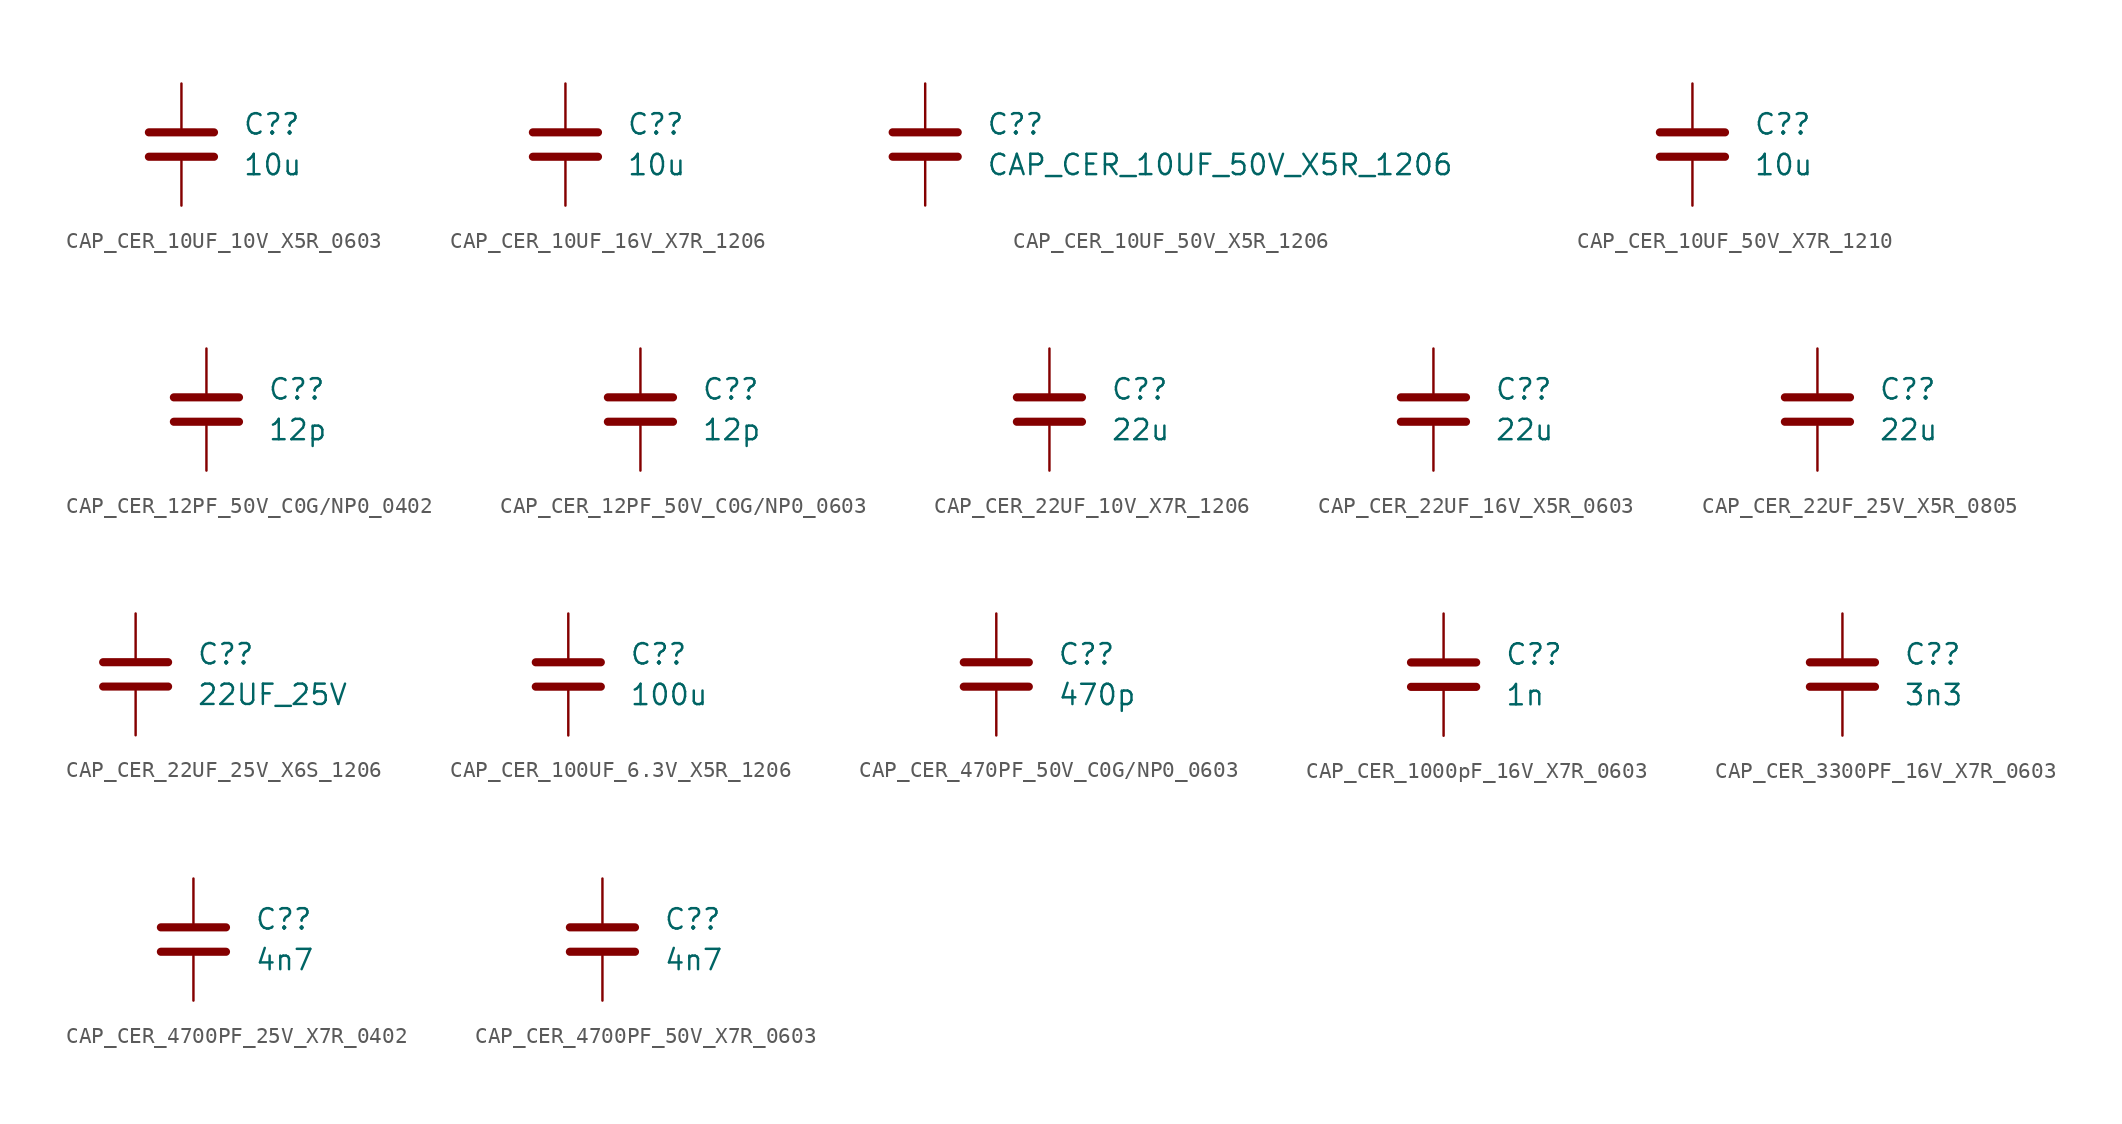
<source format=kicad_sym>
(kicad_symbol_lib
  (version 20220914)
  (generator kicad_symbol_editor)
  (symbol "CAP_CER_10UF_10V_X5R_0603"
    (pin_numbers hide)
    (pin_names
      (offset 0.254))
    (property "Reference" "C?"
      (at 3.81 1.27 0)
      (effects (font (size 1.27 1.27)) (justify left)))
    (property "Value" "10u"
      (at 3.81 -1.27 0)
      (effects (font (size 1.27 1.27)) (justify left)))
    (symbol "CAP_CER_10UF_10V_X5R_0603_0_1"
      (polyline (pts (xy -2.032 -0.762) (xy 2.032 -0.762)) (stroke (width 0.508) (type default)) (fill (type none)))
      (polyline (pts (xy -2.032 0.762) (xy 2.032 0.762)) (stroke (width 0.508) (type default)) (fill (type none))))
    (symbol "CAP_CER_10UF_10V_X5R_0603_1_1"
      (pin passive line (at 0 3.81 270) (length 2.794) (name "~" (effects (font (size 1.27 1.27)))) (number "1" (effects (font (size 1.27 1.27)))))
      (pin passive line (at 0 -3.81 90) (length 2.794) (name "~" (effects (font (size 1.27 1.27)))) (number "2" (effects (font (size 1.27 1.27)))))))
  (symbol "CAP_CER_10UF_16V_X7R_1206"
    (pin_numbers hide)
    (pin_names
      (offset 0.254))
    (property "Reference" "C?"
      (at 3.81 1.27 0)
      (effects (font (size 1.27 1.27)) (justify left)))
    (property "Value" "10u"
      (at 3.81 -1.27 0)
      (effects (font (size 1.27 1.27)) (justify left)))
    (symbol "CAP_CER_10UF_16V_X7R_1206_0_1"
      (polyline (pts (xy -2.032 -0.762) (xy 2.032 -0.762)) (stroke (width 0.508) (type default)) (fill (type none)))
      (polyline (pts (xy -2.032 0.762) (xy 2.032 0.762)) (stroke (width 0.508) (type default)) (fill (type none))))
    (symbol "CAP_CER_10UF_16V_X7R_1206_1_1"
      (pin passive line (at 0 3.81 270) (length 2.794) (name "~" (effects (font (size 1.27 1.27)))) (number "1" (effects (font (size 1.27 1.27)))))
      (pin passive line (at 0 -3.81 90) (length 2.794) (name "~" (effects (font (size 1.27 1.27)))) (number "2" (effects (font (size 1.27 1.27)))))))
  (symbol "CAP_CER_10UF_50V_X5R_1206"
    (pin_numbers hide)
    (pin_names
      (offset 0.254))
    (property "Reference" "C?"
      (at 3.81 1.27 0)
      (effects (font (size 1.27 1.27)) (justify left)))
    (property "Value" "CAP_CER_10UF_50V_X5R_1206"
      (at 3.81 -1.27 0)
      (effects (font (size 1.27 1.27)) (justify left)))
    (symbol "CAP_CER_10UF_50V_X5R_1206_0_1"
      (polyline (pts (xy -2.032 -0.762) (xy 2.032 -0.762)) (stroke (width 0.508) (type default)) (fill (type none)))
      (polyline (pts (xy -2.032 0.762) (xy 2.032 0.762)) (stroke (width 0.508) (type default)) (fill (type none))))
    (symbol "CAP_CER_10UF_50V_X5R_1206_1_1"
      (pin passive line (at 0 3.81 270) (length 2.794) (name "~" (effects (font (size 1.27 1.27)))) (number "1" (effects (font (size 1.27 1.27)))))
      (pin passive line (at 0 -3.81 90) (length 2.794) (name "~" (effects (font (size 1.27 1.27)))) (number "2" (effects (font (size 1.27 1.27)))))))
  (symbol "CAP_CER_10UF_50V_X7R_1210"
    (pin_numbers hide)
    (pin_names
      (offset 0.254))
    (property "Reference" "C?"
      (at 3.81 1.27 0)
      (effects (font (size 1.27 1.27)) (justify left)))
    (property "Value" "10u"
      (at 3.81 -1.27 0)
      (effects (font (size 1.27 1.27)) (justify left)))
    (symbol "CAP_CER_10UF_50V_X7R_1210_0_1"
      (polyline (pts (xy -2.032 -0.762) (xy 2.032 -0.762)) (stroke (width 0.508) (type default)) (fill (type none)))
      (polyline (pts (xy -2.032 0.762) (xy 2.032 0.762)) (stroke (width 0.508) (type default)) (fill (type none))))
    (symbol "CAP_CER_10UF_50V_X7R_1210_1_1"
      (pin passive line (at 0 3.81 270) (length 2.794) (name "~" (effects (font (size 1.27 1.27)))) (number "1" (effects (font (size 1.27 1.27)))))
      (pin passive line (at 0 -3.81 90) (length 2.794) (name "~" (effects (font (size 1.27 1.27)))) (number "2" (effects (font (size 1.27 1.27)))))))
  (symbol "CAP_CER_12PF_50V_C0G/NP0_0402"
    (pin_numbers hide)
    (pin_names
      (offset 0.254))
    (property "Reference" "C?"
      (at 3.81 1.27 0)
      (effects (font (size 1.27 1.27)) (justify left)))
    (property "Value" "12p"
      (at 3.81 -1.27 0)
      (effects (font (size 1.27 1.27)) (justify left)))
    (symbol "CAP_CER_12PF_50V_C0G/NP0_0402_0_1"
      (polyline (pts (xy -2.032 -0.762) (xy 2.032 -0.762)) (stroke (width 0.508) (type default)) (fill (type none)))
      (polyline (pts (xy -2.032 0.762) (xy 2.032 0.762)) (stroke (width 0.508) (type default)) (fill (type none))))
    (symbol "CAP_CER_12PF_50V_C0G/NP0_0402_1_1"
      (pin passive line (at 0 3.81 270) (length 2.794) (name "~" (effects (font (size 1.27 1.27)))) (number "1" (effects (font (size 1.27 1.27)))))
      (pin passive line (at 0 -3.81 90) (length 2.794) (name "~" (effects (font (size 1.27 1.27)))) (number "2" (effects (font (size 1.27 1.27)))))))
  (symbol "CAP_CER_12PF_50V_C0G/NP0_0603"
    (pin_numbers hide)
    (pin_names
      (offset 0.254))
    (property "Reference" "C?"
      (at 3.81 1.27 0)
      (effects (font (size 1.27 1.27)) (justify left)))
    (property "Value" "12p"
      (at 3.81 -1.27 0)
      (effects (font (size 1.27 1.27)) (justify left)))
    (symbol "CAP_CER_12PF_50V_C0G/NP0_0603_0_1"
      (polyline (pts (xy -2.032 -0.762) (xy 2.032 -0.762)) (stroke (width 0.508) (type default)) (fill (type none)))
      (polyline (pts (xy -2.032 0.762) (xy 2.032 0.762)) (stroke (width 0.508) (type default)) (fill (type none))))
    (symbol "CAP_CER_12PF_50V_C0G/NP0_0603_1_1"
      (pin passive line (at 0 3.81 270) (length 2.794) (name "~" (effects (font (size 1.27 1.27)))) (number "1" (effects (font (size 1.27 1.27)))))
      (pin passive line (at 0 -3.81 90) (length 2.794) (name "~" (effects (font (size 1.27 1.27)))) (number "2" (effects (font (size 1.27 1.27)))))))
  (symbol "CAP_CER_22UF_10V_X7R_1206"
    (pin_numbers hide)
    (pin_names
      (offset 0.254))
    (property "Reference" "C?"
      (at 3.81 1.27 0)
      (effects (font (size 1.27 1.27)) (justify left)))
    (property "Value" "22u"
      (at 3.81 -1.27 0)
      (effects (font (size 1.27 1.27)) (justify left)))
    (symbol "CAP_CER_22UF_10V_X7R_1206_0_1"
      (polyline (pts (xy -2.032 -0.762) (xy 2.032 -0.762)) (stroke (width 0.508) (type default)) (fill (type none)))
      (polyline (pts (xy -2.032 0.762) (xy 2.032 0.762)) (stroke (width 0.508) (type default)) (fill (type none))))
    (symbol "CAP_CER_22UF_10V_X7R_1206_1_1"
      (pin passive line (at 0 3.81 270) (length 2.794) (name "~" (effects (font (size 1.27 1.27)))) (number "1" (effects (font (size 1.27 1.27)))))
      (pin passive line (at 0 -3.81 90) (length 2.794) (name "~" (effects (font (size 1.27 1.27)))) (number "2" (effects (font (size 1.27 1.27)))))))
  (symbol "CAP_CER_22UF_16V_X5R_0603"
    (pin_numbers hide)
    (pin_names
      (offset 0.254))
    (property "Reference" "C?"
      (at 3.81 1.27 0)
      (effects (font (size 1.27 1.27)) (justify left)))
    (property "Value" "22u"
      (at 3.81 -1.27 0)
      (effects (font (size 1.27 1.27)) (justify left)))
    (symbol "CAP_CER_22UF_16V_X5R_0603_0_1"
      (polyline (pts (xy -2.032 -0.762) (xy 2.032 -0.762)) (stroke (width 0.508) (type default)) (fill (type none)))
      (polyline (pts (xy -2.032 0.762) (xy 2.032 0.762)) (stroke (width 0.508) (type default)) (fill (type none))))
    (symbol "CAP_CER_22UF_16V_X5R_0603_1_1"
      (pin passive line (at 0 3.81 270) (length 2.794) (name "~" (effects (font (size 1.27 1.27)))) (number "1" (effects (font (size 1.27 1.27)))))
      (pin passive line (at 0 -3.81 90) (length 2.794) (name "~" (effects (font (size 1.27 1.27)))) (number "2" (effects (font (size 1.27 1.27)))))))
  (symbol "CAP_CER_22UF_25V_X5R_0805"
    (pin_numbers hide)
    (pin_names
      (offset 0.254))
    (property "Reference" "C?"
      (at 3.81 1.27 0)
      (effects (font (size 1.27 1.27)) (justify left)))
    (property "Value" "22u"
      (at 3.81 -1.27 0)
      (effects (font (size 1.27 1.27)) (justify left)))
    (symbol "CAP_CER_22UF_25V_X5R_0805_0_1"
      (polyline (pts (xy -2.032 -0.762) (xy 2.032 -0.762)) (stroke (width 0.508) (type default)) (fill (type none)))
      (polyline (pts (xy -2.032 0.762) (xy 2.032 0.762)) (stroke (width 0.508) (type default)) (fill (type none))))
    (symbol "CAP_CER_22UF_25V_X5R_0805_1_1"
      (pin passive line (at 0 3.81 270) (length 2.794) (name "~" (effects (font (size 1.27 1.27)))) (number "1" (effects (font (size 1.27 1.27)))))
      (pin passive line (at 0 -3.81 90) (length 2.794) (name "~" (effects (font (size 1.27 1.27)))) (number "2" (effects (font (size 1.27 1.27)))))))
  (symbol "CAP_CER_22UF_25V_X6S_1206"
    (pin_numbers hide)
    (pin_names
      (offset 0.254))
    (property "Reference" "C?"
      (at 3.81 1.27 0)
      (effects (font (size 1.27 1.27)) (justify left)))
    (property "Value" "22UF_25V"
      (at 3.81 -1.27 0)
      (effects (font (size 1.27 1.27)) (justify left)))
    (symbol "CAP_CER_22UF_25V_X6S_1206_0_1"
      (polyline (pts (xy -2.032 -0.762) (xy 2.032 -0.762)) (stroke (width 0.508) (type default)) (fill (type none)))
      (polyline (pts (xy -2.032 0.762) (xy 2.032 0.762)) (stroke (width 0.508) (type default)) (fill (type none))))
    (symbol "CAP_CER_22UF_25V_X6S_1206_1_1"
      (pin passive line (at 0 3.81 270) (length 2.794) (name "~" (effects (font (size 1.27 1.27)))) (number "1" (effects (font (size 1.27 1.27)))))
      (pin passive line (at 0 -3.81 90) (length 2.794) (name "~" (effects (font (size 1.27 1.27)))) (number "2" (effects (font (size 1.27 1.27)))))))
  (symbol "CAP_CER_100UF_6.3V_X5R_1206"
    (pin_numbers hide)
    (pin_names
      (offset 0.254))
    (property "Reference" "C?"
      (at 3.81 1.27 0)
      (effects (font (size 1.27 1.27)) (justify left)))
    (property "Value" "100u"
      (at 3.81 -1.27 0)
      (effects (font (size 1.27 1.27)) (justify left)))
    (symbol "CAP_CER_100UF_6.3V_X5R_1206_0_1"
      (polyline (pts (xy -2.032 -0.762) (xy 2.032 -0.762)) (stroke (width 0.508) (type default)) (fill (type none)))
      (polyline (pts (xy -2.032 0.762) (xy 2.032 0.762)) (stroke (width 0.508) (type default)) (fill (type none))))
    (symbol "CAP_CER_100UF_6.3V_X5R_1206_1_1"
      (pin passive line (at 0 3.81 270) (length 2.794) (name "~" (effects (font (size 1.27 1.27)))) (number "1" (effects (font (size 1.27 1.27)))))
      (pin passive line (at 0 -3.81 90) (length 2.794) (name "~" (effects (font (size 1.27 1.27)))) (number "2" (effects (font (size 1.27 1.27)))))))
  (symbol "CAP_CER_470PF_50V_C0G/NP0_0603"
    (pin_numbers hide)
    (pin_names
      (offset 0.254))
    (property "Reference" "C?"
      (at 3.81 1.27 0)
      (effects (font (size 1.27 1.27)) (justify left)))
    (property "Value" "470p"
      (at 3.81 -1.27 0)
      (effects (font (size 1.27 1.27)) (justify left)))
    (symbol "CAP_CER_470PF_50V_C0G/NP0_0603_0_1"
      (polyline (pts (xy -2.032 -0.762) (xy 2.032 -0.762)) (stroke (width 0.508) (type default)) (fill (type none)))
      (polyline (pts (xy -2.032 0.762) (xy 2.032 0.762)) (stroke (width 0.508) (type default)) (fill (type none))))
    (symbol "CAP_CER_470PF_50V_C0G/NP0_0603_1_1"
      (pin passive line (at 0 3.81 270) (length 2.794) (name "~" (effects (font (size 1.27 1.27)))) (number "1" (effects (font (size 1.27 1.27)))))
      (pin passive line (at 0 -3.81 90) (length 2.794) (name "~" (effects (font (size 1.27 1.27)))) (number "2" (effects (font (size 1.27 1.27)))))))
  (symbol "CAP_CER_1000pF_16V_X7R_0603"
    (pin_numbers hide)
    (pin_names
      (offset 0.254))
    (property "Reference" "C?"
      (at 3.81 1.27 0)
      (effects (font (size 1.27 1.27)) (justify left)))
    (property "Value" "1n"
      (at 3.81 -1.27 0)
      (effects (font (size 1.27 1.27)) (justify left)))
    (symbol "CAP_CER_1000pF_16V_X7R_0603_0_1"
      (polyline (pts (xy -2.032 -0.762) (xy 2.032 -0.762)) (stroke (width 0.508) (type default)) (fill (type none)))
      (polyline (pts (xy -2.032 0.762) (xy 2.032 0.762)) (stroke (width 0.508) (type default)) (fill (type none))))
    (symbol "CAP_CER_1000pF_16V_X7R_0603_1_1"
      (pin passive line (at 0 3.81 270) (length 2.794) (name "~" (effects (font (size 1.27 1.27)))) (number "1" (effects (font (size 1.27 1.27)))))
      (pin passive line (at 0 -3.81 90) (length 2.794) (name "~" (effects (font (size 1.27 1.27)))) (number "2" (effects (font (size 1.27 1.27)))))))
  (symbol "CAP_CER_3300PF_16V_X7R_0603"
    (pin_numbers hide)
    (pin_names
      (offset 0.254))
    (property "Reference" "C?"
      (at 3.81 1.27 0)
      (effects (font (size 1.27 1.27)) (justify left)))
    (property "Value" "3n3"
      (at 3.81 -1.27 0)
      (effects (font (size 1.27 1.27)) (justify left)))
    (symbol "CAP_CER_3300PF_16V_X7R_0603_0_1"
      (polyline (pts (xy -2.032 -0.762) (xy 2.032 -0.762)) (stroke (width 0.508) (type default)) (fill (type none)))
      (polyline (pts (xy -2.032 0.762) (xy 2.032 0.762)) (stroke (width 0.508) (type default)) (fill (type none))))
    (symbol "CAP_CER_3300PF_16V_X7R_0603_1_1"
      (pin passive line (at 0 3.81 270) (length 2.794) (name "~" (effects (font (size 1.27 1.27)))) (number "1" (effects (font (size 1.27 1.27)))))
      (pin passive line (at 0 -3.81 90) (length 2.794) (name "~" (effects (font (size 1.27 1.27)))) (number "2" (effects (font (size 1.27 1.27)))))))
  (symbol "CAP_CER_4700PF_25V_X7R_0402"
    (pin_numbers hide)
    (pin_names
      (offset 0.254))
    (property "Reference" "C?"
      (at 3.81 1.27 0)
      (effects (font (size 1.27 1.27)) (justify left)))
    (property "Value" "4n7"
      (at 3.81 -1.27 0)
      (effects (font (size 1.27 1.27)) (justify left)))
    (symbol "CAP_CER_4700PF_25V_X7R_0402_0_1"
      (polyline (pts (xy -2.032 -0.762) (xy 2.032 -0.762)) (stroke (width 0.508) (type default)) (fill (type none)))
      (polyline (pts (xy -2.032 0.762) (xy 2.032 0.762)) (stroke (width 0.508) (type default)) (fill (type none))))
    (symbol "CAP_CER_4700PF_25V_X7R_0402_1_1"
      (pin passive line (at 0 3.81 270) (length 2.794) (name "~" (effects (font (size 1.27 1.27)))) (number "1" (effects (font (size 1.27 1.27)))))
      (pin passive line (at 0 -3.81 90) (length 2.794) (name "~" (effects (font (size 1.27 1.27)))) (number "2" (effects (font (size 1.27 1.27)))))))
  (symbol "CAP_CER_4700PF_50V_X7R_0603"
    (pin_numbers hide)
    (pin_names
      (offset 0.254))
    (property "Reference" "C?"
      (at 3.81 1.27 0)
      (effects (font (size 1.27 1.27)) (justify left)))
    (property "Value" "4n7"
      (at 3.81 -1.27 0)
      (effects (font (size 1.27 1.27)) (justify left)))
    (symbol "CAP_CER_4700PF_50V_X7R_0603_0_1"
      (polyline (pts (xy -2.032 -0.762) (xy 2.032 -0.762)) (stroke (width 0.508) (type default)) (fill (type none)))
      (polyline (pts (xy -2.032 0.762) (xy 2.032 0.762)) (stroke (width 0.508) (type default)) (fill (type none))))
    (symbol "CAP_CER_4700PF_50V_X7R_0603_1_1"
      (pin passive line (at 0 3.81 270) (length 2.794) (name "~" (effects (font (size 1.27 1.27)))) (number "1" (effects (font (size 1.27 1.27)))))
      (pin passive line (at 0 -3.81 90) (length 2.794) (name "~" (effects (font (size 1.27 1.27)))) (number "2" (effects (font (size 1.27 1.27))))))))
</source>
